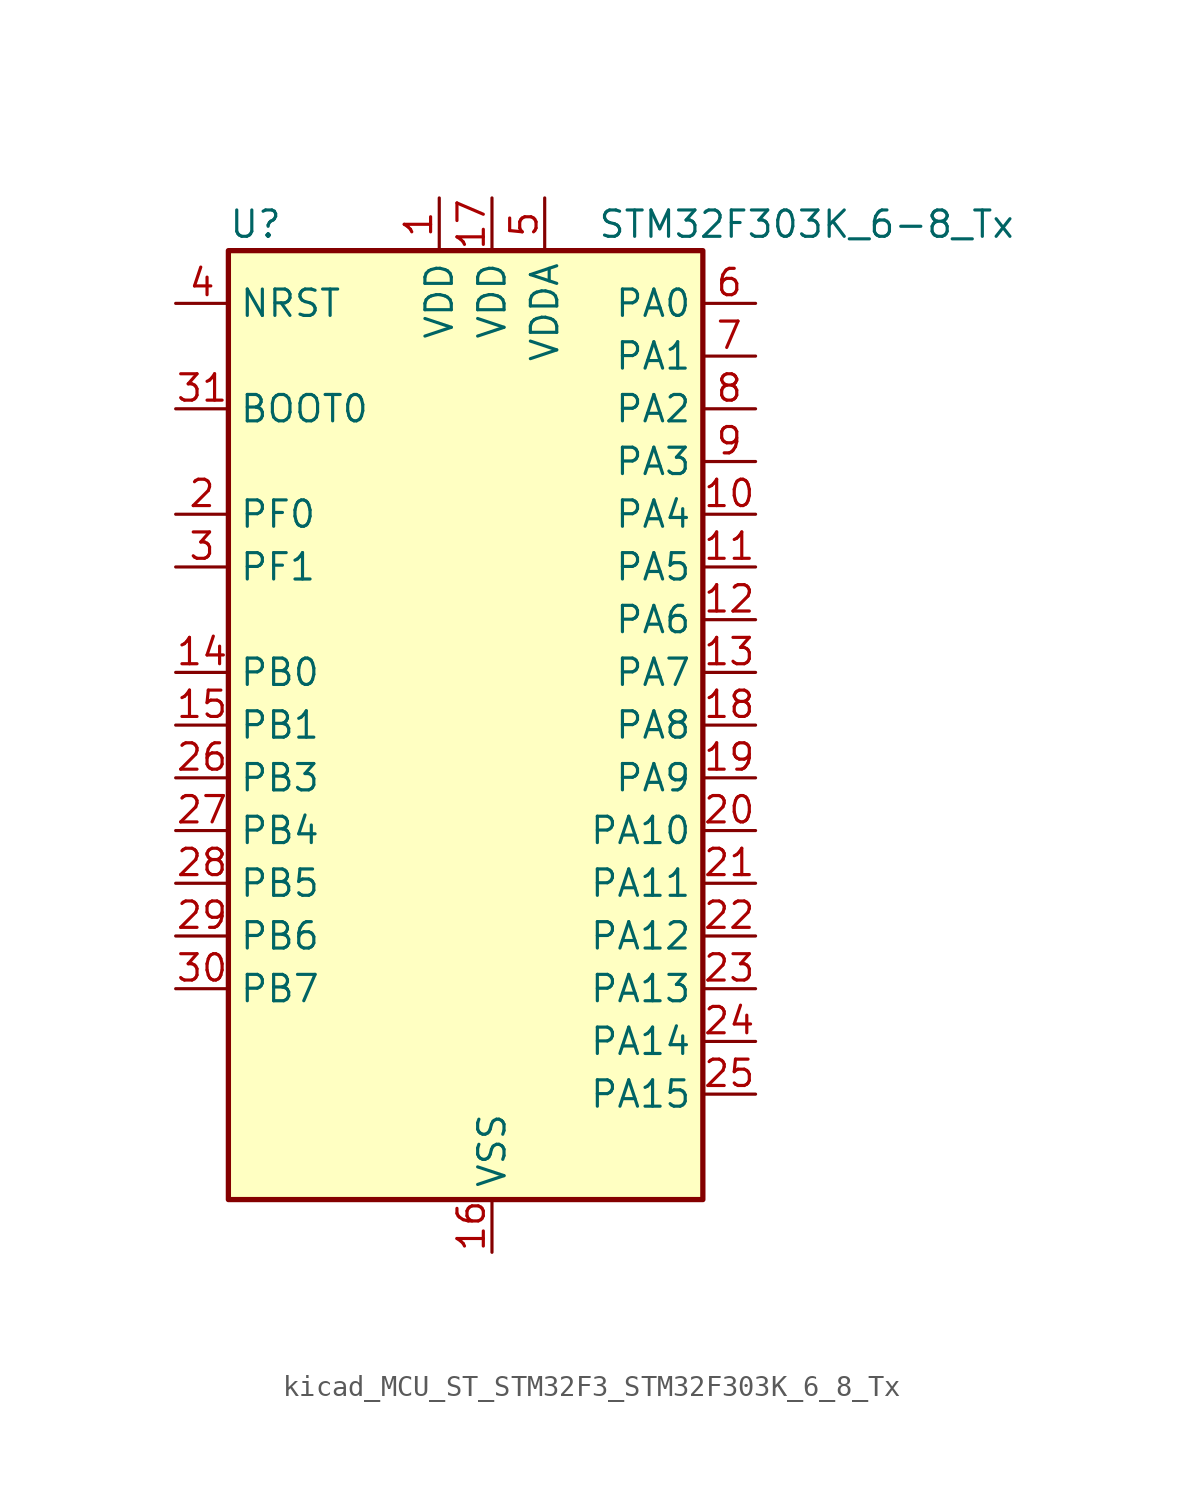
<source format=kicad_sym>
(kicad_symbol_lib
  (version 20220914)
  (generator kicad_symbol_editor)
  (symbol "kicad_MCU_ST_STM32F3_STM32F303K_6_8_Tx"
    (property "Reference" "U"
      (at -10.16 24.13 0)
      (effects (font (size 1.27 1.27)) (justify left)))
    (property "Value" "STM32F303K_6-8_Tx"
      (at 7.62 24.13 0)
      (effects (font (size 1.27 1.27)) (justify left)))
    (property "ki_locked" ""
      (at 0 0 0)
      (effects (font (size 1.27 1.27))))
    (symbol "kicad_MCU_ST_STM32F3_STM32F303K_6_8_Tx_0_1"
      (rectangle (start -10.16 -22.86) (end 12.7 22.86) (stroke (width 0.254) (type default)) (fill (type background))))
    (symbol "kicad_MCU_ST_STM32F3_STM32F303K_6_8_Tx_1_1"
      (pin power_in line (at 0 25.4 270) (length 2.54) (name "VDD" (effects (font (size 1.27 1.27)))) (number "1" (effects (font (size 1.27 1.27)))))
      (pin bidirectional line (at 15.24 10.16 180) (length 2.54) (name "PA4" (effects (font (size 1.27 1.27)))) (number "10" (effects (font (size 1.27 1.27)))) (alternate "ADC2_IN1" bidirectional line) (alternate "COMP2_INM" bidirectional line) (alternate "COMP4_INM" bidirectional line) (alternate "DAC1_OUT1" bidirectional line) (alternate "SPI1_NSS" bidirectional line) (alternate "TIM3_CH2" bidirectional line) (alternate "TSC_G2_IO1" bidirectional line) (alternate "USART2_CK" bidirectional line))
      (pin bidirectional line (at 15.24 7.62 180) (length 2.54) (name "PA5" (effects (font (size 1.27 1.27)))) (number "11" (effects (font (size 1.27 1.27)))) (alternate "ADC2_IN2" bidirectional line) (alternate "DAC1_OUT2" bidirectional line) (alternate "OPAMP2_VINM" bidirectional line) (alternate "OPAMP2_VINM_SEC" bidirectional line) (alternate "SPI1_SCK" bidirectional line) (alternate "TIM2_CH1" bidirectional line) (alternate "TIM2_ETR" bidirectional line) (alternate "TSC_G2_IO2" bidirectional line))
      (pin bidirectional line (at 15.24 5.08 180) (length 2.54) (name "PA6" (effects (font (size 1.27 1.27)))) (number "12" (effects (font (size 1.27 1.27)))) (alternate "ADC2_IN3" bidirectional line) (alternate "DAC2_OUT1" bidirectional line) (alternate "OPAMP2_VOUT" bidirectional line) (alternate "SPI1_MISO" bidirectional line) (alternate "TIM16_CH1" bidirectional line) (alternate "TIM1_BKIN" bidirectional line) (alternate "TIM3_CH1" bidirectional line) (alternate "TSC_G2_IO3" bidirectional line))
      (pin bidirectional line (at 15.24 2.54 180) (length 2.54) (name "PA7" (effects (font (size 1.27 1.27)))) (number "13" (effects (font (size 1.27 1.27)))) (alternate "ADC2_IN4" bidirectional line) (alternate "COMP2_INP" bidirectional line) (alternate "OPAMP2_VINP" bidirectional line) (alternate "OPAMP2_VINP_SEC" bidirectional line) (alternate "SPI1_MOSI" bidirectional line) (alternate "TIM17_CH1" bidirectional line) (alternate "TIM1_CH1N" bidirectional line) (alternate "TIM3_CH2" bidirectional line) (alternate "TSC_G2_IO4" bidirectional line))
      (pin bidirectional line (at -12.7 2.54 0) (length 2.54) (name "PB0" (effects (font (size 1.27 1.27)))) (number "14" (effects (font (size 1.27 1.27)))) (alternate "ADC1_IN11" bidirectional line) (alternate "COMP4_INP" bidirectional line) (alternate "OPAMP2_VINP" bidirectional line) (alternate "OPAMP2_VINP_SEC" bidirectional line) (alternate "TIM1_CH2N" bidirectional line) (alternate "TIM3_CH3" bidirectional line) (alternate "TSC_G3_IO2" bidirectional line))
      (pin bidirectional line (at -12.7 0 0) (length 2.54) (name "PB1" (effects (font (size 1.27 1.27)))) (number "15" (effects (font (size 1.27 1.27)))) (alternate "ADC1_IN12" bidirectional line) (alternate "COMP4_OUT" bidirectional line) (alternate "TIM1_CH3N" bidirectional line) (alternate "TIM3_CH4" bidirectional line) (alternate "TSC_G3_IO3" bidirectional line))
      (pin power_in line (at 2.54 -25.4 90) (length 2.54) (name "VSS" (effects (font (size 1.27 1.27)))) (number "16" (effects (font (size 1.27 1.27)))))
      (pin power_in line (at 2.54 25.4 270) (length 2.54) (name "VDD" (effects (font (size 1.27 1.27)))) (number "17" (effects (font (size 1.27 1.27)))))
      (pin bidirectional line (at 15.24 0 180) (length 2.54) (name "PA8" (effects (font (size 1.27 1.27)))) (number "18" (effects (font (size 1.27 1.27)))) (alternate "RCC_MCO" bidirectional line) (alternate "TIM1_CH1" bidirectional line) (alternate "USART1_CK" bidirectional line))
      (pin bidirectional line (at 15.24 -2.54 180) (length 2.54) (name "PA9" (effects (font (size 1.27 1.27)))) (number "19" (effects (font (size 1.27 1.27)))) (alternate "DAC1_EXTI9" bidirectional line) (alternate "DAC2_EXTI9" bidirectional line) (alternate "TIM15_BKIN" bidirectional line) (alternate "TIM1_CH2" bidirectional line) (alternate "TIM2_CH3" bidirectional line) (alternate "TSC_G4_IO1" bidirectional line) (alternate "USART1_TX" bidirectional line))
      (pin bidirectional line (at -12.7 10.16 0) (length 2.54) (name "PF0" (effects (font (size 1.27 1.27)))) (number "2" (effects (font (size 1.27 1.27)))) (alternate "RCC_OSC_IN" bidirectional line) (alternate "TIM1_CH3N" bidirectional line))
      (pin bidirectional line (at 15.24 -5.08 180) (length 2.54) (name "PA10" (effects (font (size 1.27 1.27)))) (number "20" (effects (font (size 1.27 1.27)))) (alternate "TIM17_BKIN" bidirectional line) (alternate "TIM1_CH3" bidirectional line) (alternate "TIM2_CH4" bidirectional line) (alternate "TSC_G4_IO2" bidirectional line) (alternate "USART1_RX" bidirectional line))
      (pin bidirectional line (at 15.24 -7.62 180) (length 2.54) (name "PA11" (effects (font (size 1.27 1.27)))) (number "21" (effects (font (size 1.27 1.27)))) (alternate "CAN_RX" bidirectional line) (alternate "TIM1_BKIN2" bidirectional line) (alternate "TIM1_CH1N" bidirectional line) (alternate "TIM1_CH4" bidirectional line) (alternate "USART1_CTS" bidirectional line))
      (pin bidirectional line (at 15.24 -10.16 180) (length 2.54) (name "PA12" (effects (font (size 1.27 1.27)))) (number "22" (effects (font (size 1.27 1.27)))) (alternate "CAN_TX" bidirectional line) (alternate "COMP2_OUT" bidirectional line) (alternate "TIM16_CH1" bidirectional line) (alternate "TIM1_CH2N" bidirectional line) (alternate "TIM1_ETR" bidirectional line) (alternate "USART1_DE" bidirectional line) (alternate "USART1_RTS" bidirectional line))
      (pin bidirectional line (at 15.24 -12.7 180) (length 2.54) (name "PA13" (effects (font (size 1.27 1.27)))) (number "23" (effects (font (size 1.27 1.27)))) (alternate "IR_OUT" bidirectional line) (alternate "SYS_JTMS-SWDIO" bidirectional line) (alternate "TIM16_CH1N" bidirectional line) (alternate "TSC_G4_IO3" bidirectional line))
      (pin bidirectional line (at 15.24 -15.24 180) (length 2.54) (name "PA14" (effects (font (size 1.27 1.27)))) (number "24" (effects (font (size 1.27 1.27)))) (alternate "I2C1_SDA" bidirectional line) (alternate "SYS_JTCK-SWCLK" bidirectional line) (alternate "TIM1_BKIN" bidirectional line) (alternate "TSC_G4_IO4" bidirectional line) (alternate "USART2_TX" bidirectional line))
      (pin bidirectional line (at 15.24 -17.78 180) (length 2.54) (name "PA15" (effects (font (size 1.27 1.27)))) (number "25" (effects (font (size 1.27 1.27)))) (alternate "I2C1_SCL" bidirectional line) (alternate "SPI1_NSS" bidirectional line) (alternate "SYS_JTDI" bidirectional line) (alternate "TIM1_BKIN" bidirectional line) (alternate "TIM2_CH1" bidirectional line) (alternate "TIM2_ETR" bidirectional line) (alternate "TSC_SYNC" bidirectional line) (alternate "USART2_RX" bidirectional line))
      (pin bidirectional line (at -12.7 -2.54 0) (length 2.54) (name "PB3" (effects (font (size 1.27 1.27)))) (number "26" (effects (font (size 1.27 1.27)))) (alternate "SPI1_SCK" bidirectional line) (alternate "SYS_JTDO-TRACESWO" bidirectional line) (alternate "TIM2_CH2" bidirectional line) (alternate "TIM3_ETR" bidirectional line) (alternate "TSC_G5_IO1" bidirectional line) (alternate "USART2_TX" bidirectional line))
      (pin bidirectional line (at -12.7 -5.08 0) (length 2.54) (name "PB4" (effects (font (size 1.27 1.27)))) (number "27" (effects (font (size 1.27 1.27)))) (alternate "SPI1_MISO" bidirectional line) (alternate "SYS_NJTRST" bidirectional line) (alternate "TIM16_CH1" bidirectional line) (alternate "TIM17_BKIN" bidirectional line) (alternate "TIM3_CH1" bidirectional line) (alternate "TSC_G5_IO2" bidirectional line) (alternate "USART2_RX" bidirectional line))
      (pin bidirectional line (at -12.7 -7.62 0) (length 2.54) (name "PB5" (effects (font (size 1.27 1.27)))) (number "28" (effects (font (size 1.27 1.27)))) (alternate "I2C1_SMBA" bidirectional line) (alternate "SPI1_MOSI" bidirectional line) (alternate "TIM16_BKIN" bidirectional line) (alternate "TIM17_CH1" bidirectional line) (alternate "TIM3_CH2" bidirectional line) (alternate "USART2_CK" bidirectional line))
      (pin bidirectional line (at -12.7 -10.16 0) (length 2.54) (name "PB6" (effects (font (size 1.27 1.27)))) (number "29" (effects (font (size 1.27 1.27)))) (alternate "I2C1_SCL" bidirectional line) (alternate "TIM16_CH1N" bidirectional line) (alternate "TSC_G5_IO3" bidirectional line) (alternate "USART1_TX" bidirectional line))
      (pin bidirectional line (at -12.7 7.62 0) (length 2.54) (name "PF1" (effects (font (size 1.27 1.27)))) (number "3" (effects (font (size 1.27 1.27)))) (alternate "RCC_OSC_OUT" bidirectional line))
      (pin bidirectional line (at -12.7 -12.7 0) (length 2.54) (name "PB7" (effects (font (size 1.27 1.27)))) (number "30" (effects (font (size 1.27 1.27)))) (alternate "I2C1_SDA" bidirectional line) (alternate "TIM17_CH1N" bidirectional line) (alternate "TIM3_CH4" bidirectional line) (alternate "TSC_G5_IO4" bidirectional line) (alternate "USART1_RX" bidirectional line))
      (pin input line (at -12.7 15.24 0) (length 2.54) (name "BOOT0" (effects (font (size 1.27 1.27)))) (number "31" (effects (font (size 1.27 1.27)))))
      (pin passive line (at 2.54 -25.4 90) (length 2.54) hide (name "VSS" (effects (font (size 1.27 1.27)))) (number "32" (effects (font (size 1.27 1.27)))))
      (pin input line (at -12.7 20.32 0) (length 2.54) (name "NRST" (effects (font (size 1.27 1.27)))) (number "4" (effects (font (size 1.27 1.27)))))
      (pin power_in line (at 5.08 25.4 270) (length 2.54) (name "VDDA" (effects (font (size 1.27 1.27)))) (number "5" (effects (font (size 1.27 1.27)))))
      (pin bidirectional line (at 15.24 20.32 180) (length 2.54) (name "PA0" (effects (font (size 1.27 1.27)))) (number "6" (effects (font (size 1.27 1.27)))) (alternate "ADC1_IN1" bidirectional line) (alternate "RTC_TAMP2" bidirectional line) (alternate "SYS_WKUP1" bidirectional line) (alternate "TIM2_CH1" bidirectional line) (alternate "TIM2_ETR" bidirectional line) (alternate "TSC_G1_IO1" bidirectional line) (alternate "USART2_CTS" bidirectional line))
      (pin bidirectional line (at 15.24 17.78 180) (length 2.54) (name "PA1" (effects (font (size 1.27 1.27)))) (number "7" (effects (font (size 1.27 1.27)))) (alternate "ADC1_IN2" bidirectional line) (alternate "RTC_REFIN" bidirectional line) (alternate "TIM15_CH1N" bidirectional line) (alternate "TIM2_CH2" bidirectional line) (alternate "TSC_G1_IO2" bidirectional line) (alternate "USART2_DE" bidirectional line) (alternate "USART2_RTS" bidirectional line))
      (pin bidirectional line (at 15.24 15.24 180) (length 2.54) (name "PA2" (effects (font (size 1.27 1.27)))) (number "8" (effects (font (size 1.27 1.27)))) (alternate "ADC1_IN3" bidirectional line) (alternate "COMP2_INM" bidirectional line) (alternate "COMP2_OUT" bidirectional line) (alternate "TIM15_CH1" bidirectional line) (alternate "TIM2_CH3" bidirectional line) (alternate "TSC_G1_IO3" bidirectional line) (alternate "USART2_TX" bidirectional line))
      (pin bidirectional line (at 15.24 12.7 180) (length 2.54) (name "PA3" (effects (font (size 1.27 1.27)))) (number "9" (effects (font (size 1.27 1.27)))) (alternate "ADC1_IN4" bidirectional line) (alternate "TIM15_CH2" bidirectional line) (alternate "TIM2_CH4" bidirectional line) (alternate "TSC_G1_IO4" bidirectional line) (alternate "USART2_RX" bidirectional line)))))
</source>
